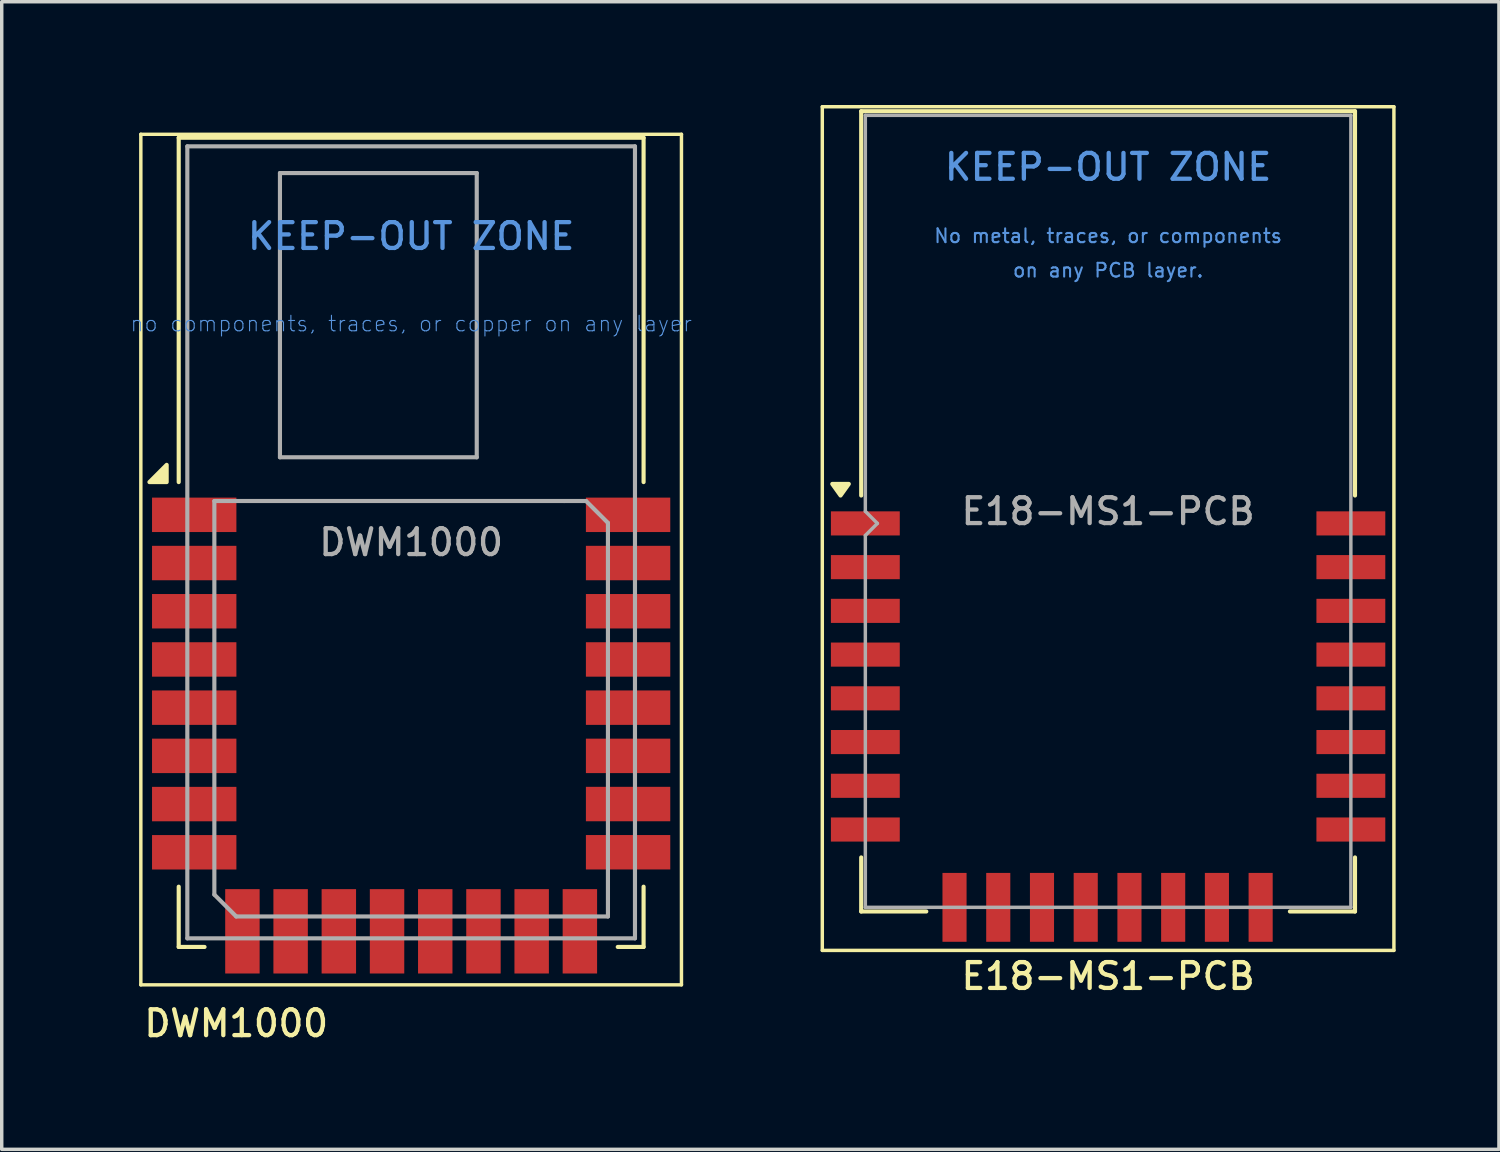
<source format=kicad_pcb>
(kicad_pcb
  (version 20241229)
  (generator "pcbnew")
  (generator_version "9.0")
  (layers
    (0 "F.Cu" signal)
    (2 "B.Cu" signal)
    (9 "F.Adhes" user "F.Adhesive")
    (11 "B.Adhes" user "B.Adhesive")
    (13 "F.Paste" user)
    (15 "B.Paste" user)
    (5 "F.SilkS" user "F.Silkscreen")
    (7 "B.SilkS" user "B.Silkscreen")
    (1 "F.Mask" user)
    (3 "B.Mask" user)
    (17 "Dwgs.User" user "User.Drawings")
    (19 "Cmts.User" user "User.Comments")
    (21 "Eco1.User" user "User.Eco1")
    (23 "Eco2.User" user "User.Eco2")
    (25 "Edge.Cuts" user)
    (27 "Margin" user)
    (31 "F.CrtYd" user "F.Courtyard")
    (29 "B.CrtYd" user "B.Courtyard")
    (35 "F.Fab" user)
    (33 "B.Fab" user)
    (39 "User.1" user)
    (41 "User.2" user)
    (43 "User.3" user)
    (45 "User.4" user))
  (footprint "E18-MS1-PCB"
    (layer "F.Cu")
    (at 29.13 11.8)
    (property "Reference" "E18-MS1-PCB" (at 0 13.5 180) (layer "F.SilkS") (effects (font (size 0.75 0.75) (thickness 0.125))))
    (attr smd)
    (fp_line (start -8.3 -11.75) (end 8.3 -11.75) (stroke (width 0.1) (type solid)) (layer "F.SilkS"))
    (fp_line (start -8.3 12.75) (end -8.3 -11.75) (stroke (width 0.1) (type solid)) (layer "F.SilkS"))
    (fp_line (start -7.17 -11.62) (end -7.17 -0.46) (stroke (width 0.12) (type solid)) (layer "F.SilkS"))
    (fp_line (start -7.17 11.62) (end -7.17 10.05) (stroke (width 0.12) (type solid)) (layer "F.SilkS"))
    (fp_line (start -7.17 11.62) (end -5.28 11.62) (stroke (width 0.12) (type solid)) (layer "F.SilkS"))
    (fp_line (start 5.28 11.62) (end 7.17 11.62) (stroke (width 0.12) (type solid)) (layer "F.SilkS"))
    (fp_line (start 7.17 -11.62) (end -7.17 -11.62) (stroke (width 0.12) (type solid)) (layer "F.SilkS"))
    (fp_line (start 7.17 -0.46) (end 7.17 -11.62) (stroke (width 0.12) (type solid)) (layer "F.SilkS"))
    (fp_line (start 7.17 11.62) (end 7.17 10.05) (stroke (width 0.12) (type solid)) (layer "F.SilkS"))
    (fp_line (start 8.3 -11.75) (end 8.3 12.75) (stroke (width 0.1) (type solid)) (layer "F.SilkS"))
    (fp_line (start 8.3 12.75) (end -8.3 12.75) (stroke (width 0.1) (type solid)) (layer "F.SilkS"))
    (fp_poly (pts (xy -7.77 -0.46) (xy -8.01 -0.796) (xy -7.53 -0.796) (xy -7.77 -0.46)) (stroke (width 0.12) (type solid)) (fill yes) (layer "F.SilkS"))
    (fp_line (start -7.05 -11.5) (end -7.05 0) (stroke (width 0.1) (type solid)) (layer "F.Fab"))
    (fp_line (start -7.05 -11.5) (end 7.05 -11.5) (stroke (width 0.1) (type solid)) (layer "F.Fab"))
    (fp_line (start -7.05 0) (end -6.7 0.35) (stroke (width 0.1) (type solid)) (layer "F.Fab"))
    (fp_line (start -7.05 0.7) (end -7.05 11.5) (stroke (width 0.1) (type solid)) (layer "F.Fab"))
    (fp_line (start -6.7 0.35) (end -7.05 0.7) (stroke (width 0.1) (type solid)) (layer "F.Fab"))
    (fp_line (start 7.05 -11.5) (end 7.05 11.5) (stroke (width 0.1) (type solid)) (layer "F.Fab"))
    (fp_line (start 7.05 11.5) (end -7.05 11.5) (stroke (width 0.1) (type solid)) (layer "F.Fab"))
    (fp_text user "No metal, traces, or components" (at 0 -8 180) (layer "Cmts.User") (effects (font (size 0.4 0.4) (thickness 0.06))))
    (fp_text user "on any PCB layer." (at 0 -7 180) (layer "Cmts.User") (effects (font (size 0.4 0.4) (thickness 0.06))))
    (fp_text user "KEEP-OUT ZONE" (at 0 -10 180) (layer "Cmts.User") (effects (font (size 0.75 0.75) (thickness 0.125))))
    (fp_text user "${REFERENCE}" (at 0 0 180) (layer "F.Fab") (effects (font (size 0.75 0.75) (thickness 0.125))))
    (pad "1" smd rect (at -7.05 0.35 270) (size 0.7 2) (layers "F.Cu" "F.Mask" "F.Paste"))
    (pad "2" smd rect (at -7.05 1.62 270) (size 0.7 2) (layers "F.Cu" "F.Mask" "F.Paste"))
    (pad "3" smd rect (at -7.05 2.89 270) (size 0.7 2) (layers "F.Cu" "F.Mask" "F.Paste"))
    (pad "4" smd rect (at -7.05 4.16 270) (size 0.7 2) (layers "F.Cu" "F.Mask" "F.Paste"))
    (pad "5" smd rect (at -7.05 5.43 270) (size 0.7 2) (layers "F.Cu" "F.Mask" "F.Paste"))
    (pad "6" smd rect (at -7.05 6.7 270) (size 0.7 2) (layers "F.Cu" "F.Mask" "F.Paste"))
    (pad "7" smd rect (at -7.05 7.97 270) (size 0.7 2) (layers "F.Cu" "F.Mask" "F.Paste"))
    (pad "8" smd rect (at -7.05 9.24 270) (size 0.7 2) (layers "F.Cu" "F.Mask" "F.Paste"))
    (pad "9" smd rect (at -4.46 11.5 180) (size 0.7 2) (layers "F.Cu" "F.Mask" "F.Paste"))
    (pad "10" smd rect (at -3.19 11.5 180) (size 0.7 2) (layers "F.Cu" "F.Mask" "F.Paste"))
    (pad "11" smd rect (at -1.92 11.5 180) (size 0.7 2) (layers "F.Cu" "F.Mask" "F.Paste"))
    (pad "12" smd rect (at -0.65 11.5 180) (size 0.7 2) (layers "F.Cu" "F.Mask" "F.Paste"))
    (pad "13" smd rect (at 0.62 11.5 180) (size 0.7 2) (layers "F.Cu" "F.Mask" "F.Paste"))
    (pad "14" smd rect (at 1.89 11.5 180) (size 0.7 2) (layers "F.Cu" "F.Mask" "F.Paste"))
    (pad "15" smd rect (at 3.16 11.5 180) (size 0.7 2) (layers "F.Cu" "F.Mask" "F.Paste"))
    (pad "16" smd rect (at 4.43 11.5 180) (size 0.7 2) (layers "F.Cu" "F.Mask" "F.Paste"))
    (pad "17" smd rect (at 7.05 9.24 90) (size 0.7 2) (layers "F.Cu" "F.Mask" "F.Paste"))
    (pad "18" smd rect (at 7.05 7.97 90) (size 0.7 2) (layers "F.Cu" "F.Mask" "F.Paste"))
    (pad "19" smd rect (at 7.05 6.7 90) (size 0.7 2) (layers "F.Cu" "F.Mask" "F.Paste"))
    (pad "20" smd rect (at 7.05 5.43 90) (size 0.7 2) (layers "F.Cu" "F.Mask" "F.Paste"))
    (pad "21" smd rect (at 7.05 4.16 90) (size 0.7 2) (layers "F.Cu" "F.Mask" "F.Paste"))
    (pad "22" smd rect (at 7.05 2.89 90) (size 0.7 2) (layers "F.Cu" "F.Mask" "F.Paste"))
    (pad "23" smd rect (at 7.05 1.62 90) (size 0.7 2) (layers "F.Cu" "F.Mask" "F.Paste"))
    (pad "24" smd rect (at 7.05 0.35 90) (size 0.7 2) (layers "F.Cu" "F.Mask" "F.Paste"))
    (zone (net_name "") (layers "F.Cu" "B.Cu") (hatch full 0.508) (connect_pads) (min_thickness 0.254) (filled_areas_thickness no) (keepout (tracks not_allowed) (vias not_allowed) (pads not_allowed) (copperpour not_allowed) (footprints not_allowed)) (placement (enabled no)) (fill) (polygon (pts (xy 36.18 5.8) (xy 22.08 5.8) (xy 22.08 0.3) (xy 36.18 0.3)))))
  (footprint "DWM1000"
    (layer "F.Cu")
    (at 8.89 12.7)
    (property "Reference" "DWM1000" (at -5.08 13.97 0) (layer "F.SilkS") (effects (font (size 0.75 0.75) (thickness 0.125))))
    (attr smd)
    (fp_line (start -7.85 -11.85) (end -7.85 12.85) (stroke (width 0.1) (type solid)) (layer "F.SilkS"))
    (fp_line (start -7.85 12.85) (end 7.85 12.85) (stroke (width 0.1) (type solid)) (layer "F.SilkS"))
    (fp_line (start -6.75 -11.75) (end -6.75 -1.75) (stroke (width 0.12) (type solid)) (layer "F.SilkS"))
    (fp_line (start -6.75 -11.75) (end 6.75 -11.75) (stroke (width 0.12) (type solid)) (layer "F.SilkS"))
    (fp_line (start -6.75 11.75) (end -6.75 10) (stroke (width 0.12) (type solid)) (layer "F.SilkS"))
    (fp_line (start -6 11.75) (end -6.75 11.75) (stroke (width 0.12) (type solid)) (layer "F.SilkS"))
    (fp_line (start 6 11.75) (end 6.75 11.75) (stroke (width 0.12) (type solid)) (layer "F.SilkS"))
    (fp_line (start 6.75 -11.75) (end 6.75 -1.75) (stroke (width 0.12) (type solid)) (layer "F.SilkS"))
    (fp_line (start 6.75 11.75) (end 6.75 10) (stroke (width 0.12) (type solid)) (layer "F.SilkS"))
    (fp_line (start 7.85 -11.85) (end -7.85 -11.85) (stroke (width 0.1) (type solid)) (layer "F.SilkS"))
    (fp_line (start 7.85 12.85) (end 7.85 -11.85) (stroke (width 0.1) (type solid)) (layer "F.SilkS"))
    (fp_poly (pts (xy -7.1 -1.75) (xy -7.6 -1.75) (xy -7.1 -2.25) (xy -7.1 -1.75)) (stroke (width 0.12) (type solid)) (fill yes) (layer "F.SilkS"))
    (fp_line (start -6.5 -11.5) (end -6.5 11.5) (stroke (width 0.12) (type solid)) (layer "F.Fab"))
    (fp_line (start -6.5 11.5) (end 6.5 11.5) (stroke (width 0.12) (type solid)) (layer "F.Fab"))
    (fp_line (start -5.715 -1.2) (end 4.445 -1.2) (stroke (width 0.12) (type solid)) (layer "F.Fab"))
    (fp_line (start -5.715 10.23) (end -5.715 -1.2) (stroke (width 0.12) (type solid)) (layer "F.Fab"))
    (fp_line (start -5.08 10.865) (end -5.715 10.23) (stroke (width 0.12) (type solid)) (layer "F.Fab"))
    (fp_line (start -3.81 -10.725) (end 1.905 -10.725) (stroke (width 0.12) (type solid)) (layer "F.Fab"))
    (fp_line (start -3.81 -2.47) (end -3.81 -10.725) (stroke (width 0.12) (type solid)) (layer "F.Fab"))
    (fp_line (start 1.905 -10.725) (end 1.905 -2.47) (stroke (width 0.12) (type solid)) (layer "F.Fab"))
    (fp_line (start 1.905 -2.47) (end -3.81 -2.47) (stroke (width 0.12) (type solid)) (layer "F.Fab"))
    (fp_line (start 4.445 -1.2) (end 5.08 -1.2) (stroke (width 0.12) (type solid)) (layer "F.Fab"))
    (fp_line (start 5.08 -1.2) (end 5.715 -0.565) (stroke (width 0.12) (type solid)) (layer "F.Fab"))
    (fp_line (start 5.715 -0.565) (end 5.715 10.865) (stroke (width 0.12) (type solid)) (layer "F.Fab"))
    (fp_line (start 5.715 10.865) (end -5.08 10.865) (stroke (width 0.12) (type solid)) (layer "F.Fab"))
    (fp_line (start 6.5 -11.5) (end -6.5 -11.5) (stroke (width 0.12) (type solid)) (layer "F.Fab"))
    (fp_line (start 6.5 11.5) (end 6.5 -11.5) (stroke (width 0.12) (type solid)) (layer "F.Fab"))
    (fp_text user "no components, traces, or copper on any layer" (at 0 -6.35 0) (layer "Cmts.User") (effects (font (size 0.45 0.45) (thickness 0.032))))
    (fp_text user "KEEP-OUT ZONE" (at 0 -8.89 0) (layer "Cmts.User") (effects (font (size 0.75 0.75) (thickness 0.125))))
    (fp_text user "${REFERENCE}" (at 0 0 0) (layer "F.Fab") (effects (font (size 0.75 0.75) (thickness 0.125))))
    (pad "1" smd rect (at -6.3 -0.799 90) (size 1 2.45) (layers "F.Cu" "F.Mask" "F.Paste"))
    (pad "2" smd rect (at -6.3 0.601 90) (size 1 2.45) (layers "F.Cu" "F.Mask" "F.Paste"))
    (pad "3" smd rect (at -6.3 2.001 90) (size 1 2.45) (layers "F.Cu" "F.Mask" "F.Paste"))
    (pad "4" smd rect (at -6.3 3.401 90) (size 1 2.45) (layers "F.Cu" "F.Mask" "F.Paste"))
    (pad "5" smd rect (at -6.3 4.801 90) (size 1 2.45) (layers "F.Cu" "F.Mask" "F.Paste"))
    (pad "6" smd rect (at -6.3 6.201 90) (size 1 2.45) (layers "F.Cu" "F.Mask" "F.Paste"))
    (pad "7" smd rect (at -6.3 7.601 90) (size 1 2.45) (layers "F.Cu" "F.Mask" "F.Paste"))
    (pad "8" smd rect (at -6.3 9.001 90) (size 1 2.45) (layers "F.Cu" "F.Mask" "F.Paste"))
    (pad "9" smd rect (at -4.9 11.296) (size 1 2.45) (layers "F.Cu" "F.Mask" "F.Paste"))
    (pad "10" smd rect (at -3.5 11.296) (size 1 2.45) (layers "F.Cu" "F.Mask" "F.Paste"))
    (pad "11" smd rect (at -2.1 11.296) (size 1 2.45) (layers "F.Cu" "F.Mask" "F.Paste"))
    (pad "12" smd rect (at -0.7 11.296) (size 1 2.45) (layers "F.Cu" "F.Mask" "F.Paste"))
    (pad "13" smd rect (at 0.7 11.296) (size 1 2.45) (layers "F.Cu" "F.Mask" "F.Paste"))
    (pad "14" smd rect (at 2.1 11.296) (size 1 2.45) (layers "F.Cu" "F.Mask" "F.Paste"))
    (pad "15" smd rect (at 3.5 11.296) (size 1 2.45) (layers "F.Cu" "F.Mask" "F.Paste"))
    (pad "16" smd rect (at 4.9 11.296) (size 1 2.45) (layers "F.Cu" "F.Mask" "F.Paste"))
    (pad "17" smd rect (at 6.3 9 90) (size 1 2.45) (layers "F.Cu" "F.Mask" "F.Paste"))
    (pad "18" smd rect (at 6.3 7.6 90) (size 1 2.45) (layers "F.Cu" "F.Mask" "F.Paste"))
    (pad "19" smd rect (at 6.3 6.201 90) (size 1 2.45) (layers "F.Cu" "F.Mask" "F.Paste"))
    (pad "20" smd rect (at 6.3 4.801 90) (size 1 2.45) (layers "F.Cu" "F.Mask" "F.Paste"))
    (pad "21" smd rect (at 6.3 3.401 90) (size 1 2.45) (layers "F.Cu" "F.Mask" "F.Paste"))
    (pad "22" smd rect (at 6.3 2.001 90) (size 1 2.45) (layers "F.Cu" "F.Mask" "F.Paste"))
    (pad "23" smd rect (at 6.3 0.601 90) (size 1 2.45) (layers "F.Cu" "F.Mask" "F.Paste"))
    (pad "24" smd rect (at 6.3 -0.799 90) (size 1 2.45) (layers "F.Cu" "F.Mask" "F.Paste"))
    (zone (net_name "") (layers "F.Cu" "B.Cu") (hatch full 0.508) (connect_pads) (min_thickness 0.254) (filled_areas_thickness no) (keepout (tracks not_allowed) (vias not_allowed) (pads not_allowed) (copperpour not_allowed) (footprints not_allowed)) (placement (enabled no)) (fill) (polygon (pts (xy 0 11.38) (xy 17.78 11.38) (xy 17.78 0) (xy 0 0)))))
  (gr_rect
    (start -3 -3)
    (end 40.48 30.328)
    (stroke (width 0.1) (type default))
    (fill no)
    (layer "Edge.Cuts")))
</source>
